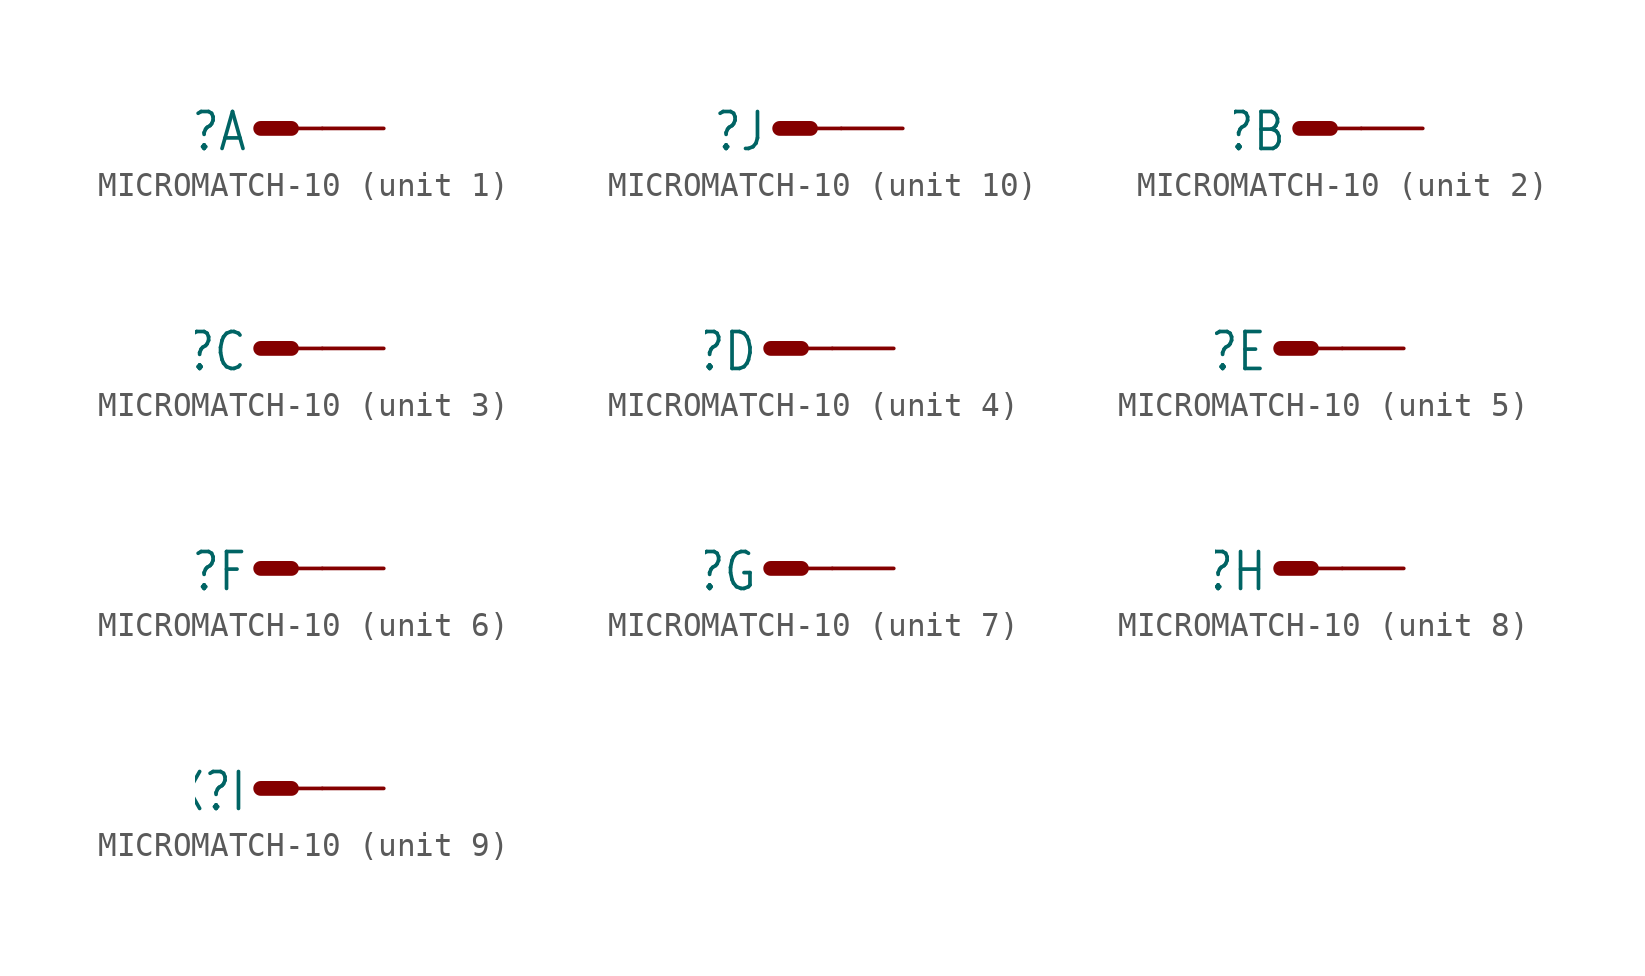
<source format=kicad_sym>
(kicad_symbol_lib
  (version 20231120)
  (generator "kicad_symbol_editor")
  (generator_version "8.0")
  (symbol "MICROMATCH-10"
    (property "Reference" "X"
      (at -0.508 0.762 0)
      (effects (font (size 1.524 1.295)) (justify right top)))
    (property "ki_locked" ""
      (at 0 0 0)
      (effects (font (size 1.27 1.27))))
    (symbol "MICROMATCH-10_1_0"
      (polyline (pts (xy 0 0) (xy 1.27 0)) (stroke (width 0.61) (type solid)) (fill (type none)))
      (polyline (pts (xy 1.27 0) (xy 2.54 0)) (stroke (width 0.152) (type solid)) (fill (type none)))
      (pin passive line (at 5.08 0 180) (length 2.54) (name "S" (effects (font (size 0 0)))) (number "1" (effects (font (size 0 0))))))
    (symbol "MICROMATCH-10_2_0"
      (polyline (pts (xy 0 0) (xy 1.27 0)) (stroke (width 0.61) (type solid)) (fill (type none)))
      (polyline (pts (xy 1.27 0) (xy 2.54 0)) (stroke (width 0.152) (type solid)) (fill (type none)))
      (pin passive line (at 5.08 0 180) (length 2.54) (name "S" (effects (font (size 0 0)))) (number "2" (effects (font (size 0 0))))))
    (symbol "MICROMATCH-10_3_0"
      (polyline (pts (xy 0 0) (xy 1.27 0)) (stroke (width 0.61) (type solid)) (fill (type none)))
      (polyline (pts (xy 1.27 0) (xy 2.54 0)) (stroke (width 0.152) (type solid)) (fill (type none)))
      (pin passive line (at 5.08 0 180) (length 2.54) (name "S" (effects (font (size 0 0)))) (number "3" (effects (font (size 0 0))))))
    (symbol "MICROMATCH-10_4_0"
      (polyline (pts (xy 0 0) (xy 1.27 0)) (stroke (width 0.61) (type solid)) (fill (type none)))
      (polyline (pts (xy 1.27 0) (xy 2.54 0)) (stroke (width 0.152) (type solid)) (fill (type none)))
      (pin passive line (at 5.08 0 180) (length 2.54) (name "S" (effects (font (size 0 0)))) (number "4" (effects (font (size 0 0))))))
    (symbol "MICROMATCH-10_5_0"
      (polyline (pts (xy 0 0) (xy 1.27 0)) (stroke (width 0.61) (type solid)) (fill (type none)))
      (polyline (pts (xy 1.27 0) (xy 2.54 0)) (stroke (width 0.152) (type solid)) (fill (type none)))
      (pin passive line (at 5.08 0 180) (length 2.54) (name "S" (effects (font (size 0 0)))) (number "5" (effects (font (size 0 0))))))
    (symbol "MICROMATCH-10_6_0"
      (polyline (pts (xy 0 0) (xy 1.27 0)) (stroke (width 0.61) (type solid)) (fill (type none)))
      (polyline (pts (xy 1.27 0) (xy 2.54 0)) (stroke (width 0.152) (type solid)) (fill (type none)))
      (pin passive line (at 5.08 0 180) (length 2.54) (name "S" (effects (font (size 0 0)))) (number "6" (effects (font (size 0 0))))))
    (symbol "MICROMATCH-10_7_0"
      (polyline (pts (xy 0 0) (xy 1.27 0)) (stroke (width 0.61) (type solid)) (fill (type none)))
      (polyline (pts (xy 1.27 0) (xy 2.54 0)) (stroke (width 0.152) (type solid)) (fill (type none)))
      (pin passive line (at 5.08 0 180) (length 2.54) (name "S" (effects (font (size 0 0)))) (number "7" (effects (font (size 0 0))))))
    (symbol "MICROMATCH-10_8_0"
      (polyline (pts (xy 0 0) (xy 1.27 0)) (stroke (width 0.61) (type solid)) (fill (type none)))
      (polyline (pts (xy 1.27 0) (xy 2.54 0)) (stroke (width 0.152) (type solid)) (fill (type none)))
      (pin passive line (at 5.08 0 180) (length 2.54) (name "S" (effects (font (size 0 0)))) (number "8" (effects (font (size 0 0))))))
    (symbol "MICROMATCH-10_9_0"
      (polyline (pts (xy 0 0) (xy 1.27 0)) (stroke (width 0.61) (type solid)) (fill (type none)))
      (polyline (pts (xy 1.27 0) (xy 2.54 0)) (stroke (width 0.152) (type solid)) (fill (type none)))
      (pin passive line (at 5.08 0 180) (length 2.54) (name "S" (effects (font (size 0 0)))) (number "9" (effects (font (size 0 0))))))
    (symbol "MICROMATCH-10_10_0"
      (polyline (pts (xy 0 0) (xy 1.27 0)) (stroke (width 0.61) (type solid)) (fill (type none)))
      (polyline (pts (xy 1.27 0) (xy 2.54 0)) (stroke (width 0.152) (type solid)) (fill (type none)))
      (pin passive line (at 5.08 0 180) (length 2.54) (name "S" (effects (font (size 0 0)))) (number "10" (effects (font (size 0 0))))))))
</source>
